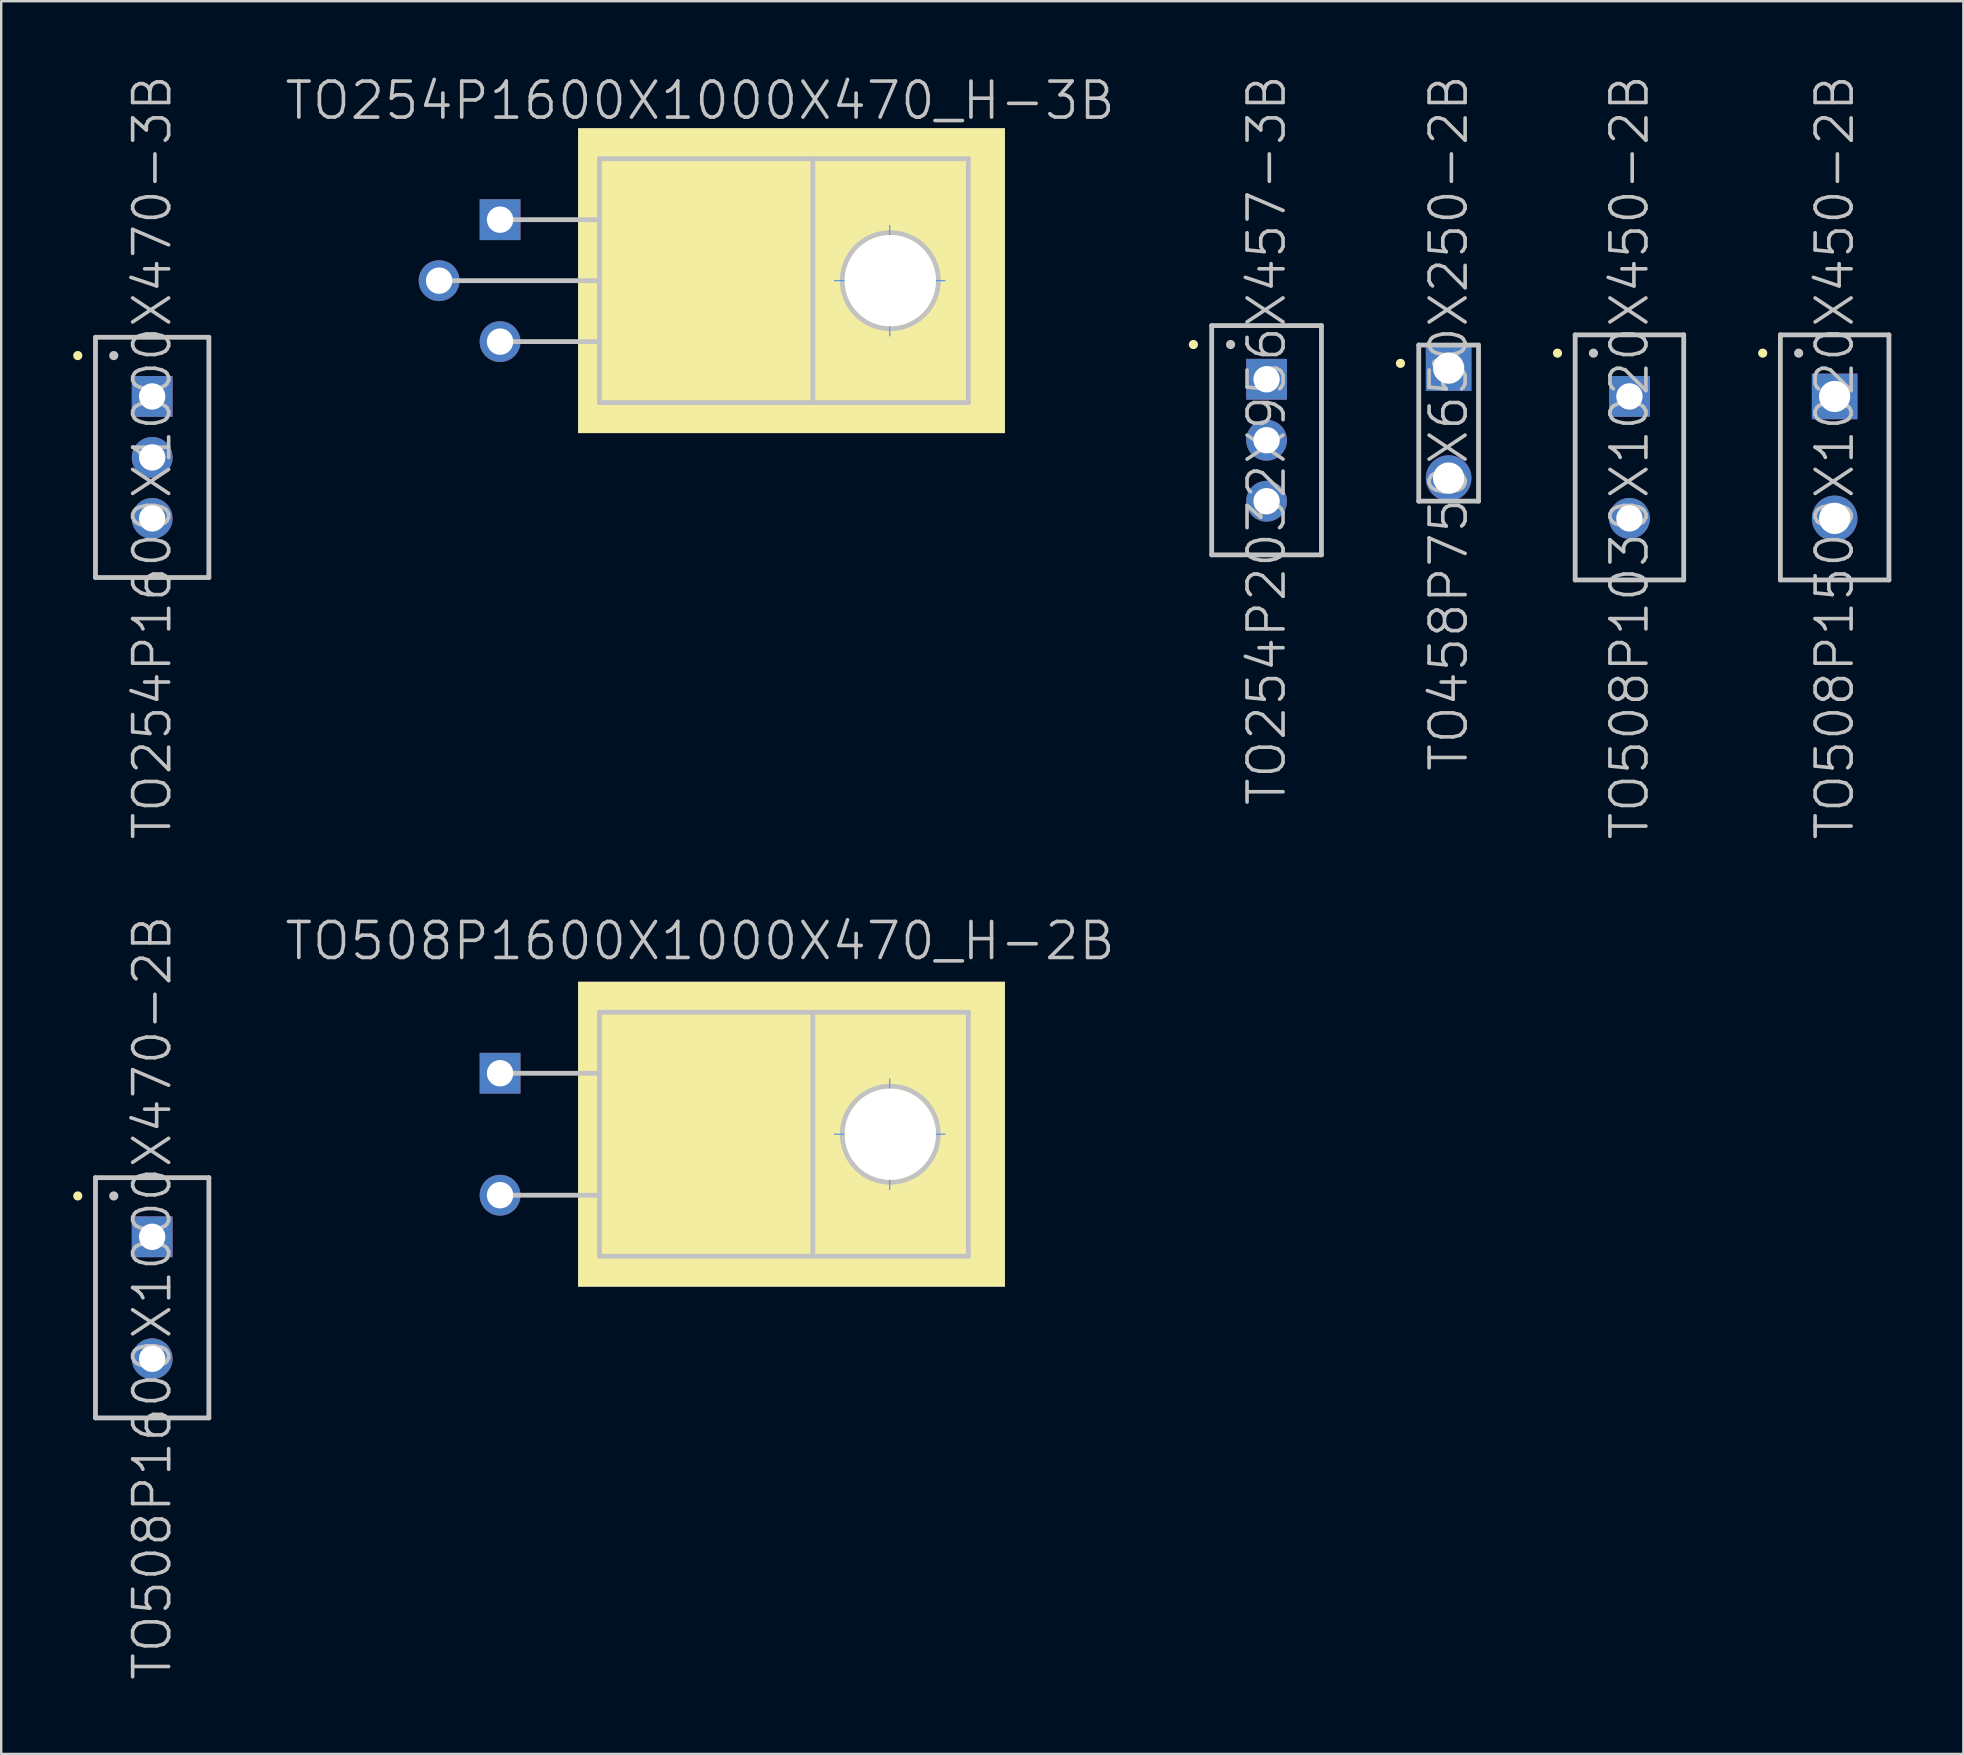
<source format=kicad_pcb>
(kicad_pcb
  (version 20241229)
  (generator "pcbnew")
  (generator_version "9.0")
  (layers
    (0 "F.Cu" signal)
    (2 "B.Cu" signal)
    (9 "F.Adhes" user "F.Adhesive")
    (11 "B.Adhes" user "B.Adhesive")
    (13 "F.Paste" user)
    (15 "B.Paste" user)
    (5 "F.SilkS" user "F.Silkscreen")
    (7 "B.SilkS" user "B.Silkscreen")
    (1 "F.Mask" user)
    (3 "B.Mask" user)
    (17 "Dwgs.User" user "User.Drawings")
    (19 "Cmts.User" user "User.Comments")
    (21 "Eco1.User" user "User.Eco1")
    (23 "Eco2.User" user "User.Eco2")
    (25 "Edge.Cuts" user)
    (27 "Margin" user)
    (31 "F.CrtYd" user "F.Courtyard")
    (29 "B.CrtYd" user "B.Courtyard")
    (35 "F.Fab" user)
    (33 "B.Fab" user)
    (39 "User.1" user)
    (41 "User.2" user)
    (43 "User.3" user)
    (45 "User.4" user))
  (footprint "TO254P2032X956X457-3B"
    (layer "F.Cu")
    (at 49.711 15.289)
    (property "Reference" "TO254P2032X956X457-3B" (at 0 0 90) (layer "Dwgs.User") (effects (font (size 1.5 1.5) (thickness 0.15))))
    (attr through_hole)
    (fp_line (start -3.048 -3.988) (end -3.048 -3.988) (stroke (width 0.381) (type solid)) (layer "F.SilkS"))
    (fp_line (start -2.286 -4.775) (end -2.286 4.775) (stroke (width 0.2) (type solid)) (layer "Dwgs.User"))
    (fp_line (start -2.286 -4.775) (end 2.286 -4.775) (stroke (width 0.2) (type solid)) (layer "Dwgs.User"))
    (fp_line (start -2.286 4.775) (end 2.286 4.775) (stroke (width 0.2) (type solid)) (layer "Dwgs.User"))
    (fp_line (start -1.499 -3.988) (end -1.499 -3.988) (stroke (width 0.381) (type solid)) (layer "Dwgs.User"))
    (fp_line (start 2.286 -4.775) (end 2.286 4.775) (stroke (width 0.2) (type solid)) (layer "Dwgs.User"))
    (pad "1" thru_hole rect (at 0 -2.54) (size 1.7 1.7) (drill 1.1) (layers "*.Cu" "*.Mask"))
    (pad "2" thru_hole circle (at 0 0) (size 1.7 1.7) (drill 1.1) (layers "*.Cu" "*.Mask"))
    (pad "3" thru_hole circle (at 0 2.54) (size 1.7 1.7) (drill 1.1) (layers "*.Cu" "*.Mask")))
  (footprint "TO508P1600X1000X470_H-2B"
    (layer "F.Cu")
    (at 26.112 44.198)
    (property "Reference" "TO508P1600X1000X470_H-2B" (at 0 -8.05 180) (layer "Dwgs.User") (effects (font (size 1.5 1.5) (thickness 0.15))))
    (attr through_hole)
    (fp_line (start -8.382 -2.54) (end -4.191 -2.54) (stroke (width 0.2) (type solid)) (layer "Dwgs.User"))
    (fp_line (start -8.382 2.54) (end -4.191 2.54) (stroke (width 0.2) (type solid)) (layer "Dwgs.User"))
    (fp_line (start -4.191 -5.08) (end -4.191 5.08) (stroke (width 0.2) (type solid)) (layer "Dwgs.User"))
    (fp_line (start -4.191 5.08) (end 11.176 5.08) (stroke (width 0.2) (type solid)) (layer "Dwgs.User"))
    (fp_line (start 4.699 5.08) (end 4.699 -5.08) (stroke (width 0.2) (type solid)) (layer "Dwgs.User"))
    (fp_line (start 11.176 -5.08) (end -4.191 -5.08) (stroke (width 0.2) (type solid)) (layer "Dwgs.User"))
    (fp_line (start 11.176 5.08) (end 11.176 -5.08) (stroke (width 0.2) (type solid)) (layer "Dwgs.User"))
    (fp_circle (center 7.925 0) (end 8.001 -1.999) (stroke (width 0.2) (type solid)) (fill no) (layer "Dwgs.User"))
    (fp_line (start 5.6 0) (end 10.2 0) (stroke (width 0.05) (type solid)) (layer "Cmts.User"))
    (fp_line (start 7.9 -2.3) (end 7.9 2.3) (stroke (width 0.05) (type solid)) (layer "Cmts.User"))
    (pad "" thru_hole rect (at 7.925 0 270) (size 12.7 17.78) (drill 3.8 (offset 0 4.115)) (layers "F.Cu" "F.Mask" "F.SilkS"))
    (pad "1" thru_hole rect (at -8.331 -2.54) (size 1.7 1.7) (drill 1.1) (layers "*.Cu" "*.Mask"))
    (pad "2" thru_hole circle (at -8.331 2.54 90) (size 1.7 1.7) (drill 1.1) (layers "*.Cu" "*.Mask")))
  (footprint "TO254P1600X1000X470-3B"
    (layer "F.Cu")
    (at 3.289 16.004)
    (property "Reference" "TO254P1600X1000X470-3B" (at 0 0 90) (layer "Dwgs.User") (effects (font (size 1.5 1.5) (thickness 0.15))))
    (attr through_hole)
    (fp_line (start -3.099 -4.242) (end -3.099 -4.242) (stroke (width 0.381) (type solid)) (layer "F.SilkS"))
    (fp_line (start -2.362 -5.004) (end -2.362 5.004) (stroke (width 0.2) (type solid)) (layer "Dwgs.User"))
    (fp_line (start -2.362 -5.004) (end 2.362 -5.004) (stroke (width 0.2) (type solid)) (layer "Dwgs.User"))
    (fp_line (start -2.362 5.004) (end 2.362 5.004) (stroke (width 0.2) (type solid)) (layer "Dwgs.User"))
    (fp_line (start -1.6 -4.242) (end -1.6 -4.242) (stroke (width 0.381) (type solid)) (layer "Dwgs.User"))
    (fp_line (start 2.362 -5.004) (end 2.362 5.004) (stroke (width 0.2) (type solid)) (layer "Dwgs.User"))
    (pad "1" thru_hole rect (at 0 -2.54) (size 1.7 1.7) (drill 1.1) (layers "*.Cu" "*.Mask"))
    (pad "2" thru_hole circle (at 0 0) (size 1.7 1.7) (drill 1.1) (layers "*.Cu" "*.Mask"))
    (pad "3" thru_hole circle (at 0 2.54) (size 1.7 1.7) (drill 1.1) (layers "*.Cu" "*.Mask")))
  (footprint "TO458P750X650X250-2B"
    (layer "F.Cu")
    (at 57.295 14.575)
    (property "Reference" "TO458P750X650X250-2B" (at 0 0 90) (layer "Dwgs.User") (effects (font (size 1.5 1.5) (thickness 0.15))))
    (attr through_hole)
    (fp_line (start -2.007 -2.489) (end -2.007 -2.489) (stroke (width 0.381) (type solid)) (layer "F.SilkS"))
    (fp_line (start -1.245 -3.251) (end -1.245 3.251) (stroke (width 0.2) (type solid)) (layer "Dwgs.User"))
    (fp_line (start -1.245 -3.251) (end 1.245 -3.251) (stroke (width 0.2) (type solid)) (layer "Dwgs.User"))
    (fp_line (start -1.245 3.251) (end 1.245 3.251) (stroke (width 0.2) (type solid)) (layer "Dwgs.User"))
    (fp_line (start -0.508 -2.489) (end -0.508 -2.489) (stroke (width 0.381) (type solid)) (layer "Dwgs.User"))
    (fp_line (start 1.245 -3.251) (end 1.245 3.251) (stroke (width 0.2) (type solid)) (layer "Dwgs.User"))
    (pad "1" thru_hole rect (at 0 -2.29) (size 1.9 1.9) (drill 1.3) (layers "*.Cu" "*.Mask"))
    (pad "2" thru_hole circle (at 0 2.29) (size 1.9 1.9) (drill 1.3) (layers "*.Cu" "*.Mask")))
  (footprint "TO254P1600X1000X470_H-3B"
    (layer "F.Cu")
    (at 26.112 8.641)
    (property "Reference" "TO254P1600X1000X470_H-3B" (at 0 -7.5 180) (layer "Dwgs.User") (effects (font (size 1.5 1.5) (thickness 0.15))))
    (attr through_hole)
    (fp_line (start -8.382 -2.54) (end -4.191 -2.54) (stroke (width 0.2) (type solid)) (layer "Dwgs.User"))
    (fp_line (start -8.382 2.54) (end -4.191 2.54) (stroke (width 0.2) (type solid)) (layer "Dwgs.User"))
    (fp_line (start -4.191 -5.08) (end -4.191 5.08) (stroke (width 0.2) (type solid)) (layer "Dwgs.User"))
    (fp_line (start -4.191 0) (end -10.922 0) (stroke (width 0.2) (type solid)) (layer "Dwgs.User"))
    (fp_line (start -4.191 5.08) (end 11.176 5.08) (stroke (width 0.2) (type solid)) (layer "Dwgs.User"))
    (fp_line (start 4.699 5.08) (end 4.699 -5.08) (stroke (width 0.2) (type solid)) (layer "Dwgs.User"))
    (fp_line (start 11.176 -5.08) (end -4.191 -5.08) (stroke (width 0.2) (type solid)) (layer "Dwgs.User"))
    (fp_line (start 11.176 5.08) (end 11.176 -5.08) (stroke (width 0.2) (type solid)) (layer "Dwgs.User"))
    (fp_circle (center 7.925 0) (end 8.001 -1.999) (stroke (width 0.2) (type solid)) (fill no) (layer "Dwgs.User"))
    (fp_line (start 5.6 0) (end 10.2 0) (stroke (width 0.05) (type solid)) (layer "Cmts.User"))
    (fp_line (start 7.9 -2.3) (end 7.9 2.3) (stroke (width 0.05) (type solid)) (layer "Cmts.User"))
    (pad "" thru_hole rect (at 7.925 0 270) (size 12.7 17.78) (drill 3.8 (offset 0 4.115)) (layers "F.Cu" "F.Mask" "F.SilkS"))
    (pad "1" thru_hole rect (at -8.331 -2.54) (size 1.7 1.7) (drill 1.1) (layers "*.Cu" "*.Mask"))
    (pad "2" thru_hole circle (at -10.871 0 90) (size 1.7 1.7) (drill 1.1) (layers "*.Cu" "*.Mask"))
    (pad "3" thru_hole circle (at -8.331 2.54 90) (size 1.7 1.7) (drill 1.1) (layers "*.Cu" "*.Mask")))
  (footprint "TO508P1500X1020X450-2B"
    (layer "F.Cu")
    (at 73.375 16.004)
    (property "Reference" "TO508P1500X1020X450-2B" (at 0 0 90) (layer "Dwgs.User") (effects (font (size 1.5 1.5) (thickness 0.15))))
    (attr through_hole)
    (fp_line (start -2.997 -4.343) (end -2.997 -4.343) (stroke (width 0.381) (type solid)) (layer "F.SilkS"))
    (fp_line (start -2.261 -5.105) (end -2.261 5.105) (stroke (width 0.2) (type solid)) (layer "Dwgs.User"))
    (fp_line (start -2.261 -5.105) (end 2.261 -5.105) (stroke (width 0.2) (type solid)) (layer "Dwgs.User"))
    (fp_line (start -2.261 5.105) (end 2.261 5.105) (stroke (width 0.2) (type solid)) (layer "Dwgs.User"))
    (fp_line (start -1.499 -4.343) (end -1.499 -4.343) (stroke (width 0.381) (type solid)) (layer "Dwgs.User"))
    (fp_line (start 2.261 -5.105) (end 2.261 5.105) (stroke (width 0.2) (type solid)) (layer "Dwgs.User"))
    (pad "1" thru_hole rect (at 0 -2.54) (size 1.9 1.9) (drill 1.3) (layers "*.Cu" "*.Mask"))
    (pad "2" thru_hole circle (at 0 2.54) (size 1.9 1.9) (drill 1.3) (layers "*.Cu" "*.Mask")))
  (footprint "TO508P1600X1000X470-2B"
    (layer "F.Cu")
    (at 3.289 51.011)
    (property "Reference" "TO508P1600X1000X470-2B" (at 0 0 90) (layer "Dwgs.User") (effects (font (size 1.5 1.5) (thickness 0.15))))
    (attr through_hole)
    (fp_line (start -3.099 -4.242) (end -3.099 -4.242) (stroke (width 0.381) (type solid)) (layer "F.SilkS"))
    (fp_line (start -2.362 -5.004) (end -2.362 5.004) (stroke (width 0.2) (type solid)) (layer "Dwgs.User"))
    (fp_line (start -2.362 -5.004) (end 2.362 -5.004) (stroke (width 0.2) (type solid)) (layer "Dwgs.User"))
    (fp_line (start -2.362 5.004) (end 2.362 5.004) (stroke (width 0.2) (type solid)) (layer "Dwgs.User"))
    (fp_line (start -1.6 -4.242) (end -1.6 -4.242) (stroke (width 0.381) (type solid)) (layer "Dwgs.User"))
    (fp_line (start 2.362 -5.004) (end 2.362 5.004) (stroke (width 0.2) (type solid)) (layer "Dwgs.User"))
    (pad "1" thru_hole rect (at 0 -2.54) (size 1.7 1.7) (drill 1.1) (layers "*.Cu" "*.Mask"))
    (pad "2" thru_hole circle (at 0 2.54) (size 1.7 1.7) (drill 1.1) (layers "*.Cu" "*.Mask")))
  (footprint "TO508P1030X1020X450-2B"
    (layer "F.Cu")
    (at 64.827 16.004)
    (property "Reference" "TO508P1030X1020X450-2B" (at 0 0 90) (layer "Dwgs.User") (effects (font (size 1.5 1.5) (thickness 0.15))))
    (attr through_hole)
    (fp_line (start -2.997 -4.343) (end -2.997 -4.343) (stroke (width 0.381) (type solid)) (layer "F.SilkS"))
    (fp_line (start -2.261 -5.105) (end -2.261 5.105) (stroke (width 0.2) (type solid)) (layer "Dwgs.User"))
    (fp_line (start -2.261 -5.105) (end 2.261 -5.105) (stroke (width 0.2) (type solid)) (layer "Dwgs.User"))
    (fp_line (start -2.261 5.105) (end 2.261 5.105) (stroke (width 0.2) (type solid)) (layer "Dwgs.User"))
    (fp_line (start -1.499 -4.343) (end -1.499 -4.343) (stroke (width 0.381) (type solid)) (layer "Dwgs.User"))
    (fp_line (start 2.261 -5.105) (end 2.261 5.105) (stroke (width 0.2) (type solid)) (layer "Dwgs.User"))
    (pad "1" thru_hole rect (at 0 -2.54) (size 1.7 1.7) (drill 1.1) (layers "*.Cu" "*.Mask"))
    (pad "2" thru_hole circle (at 0 2.54) (size 1.7 1.7) (drill 1.1) (layers "*.Cu" "*.Mask")))
  (gr_rect
    (start -3 -3)
    (end 78.736 70.014)
    (stroke (width 0.1) (type default))
    (fill no)
    (layer "Edge.Cuts")))
</source>
